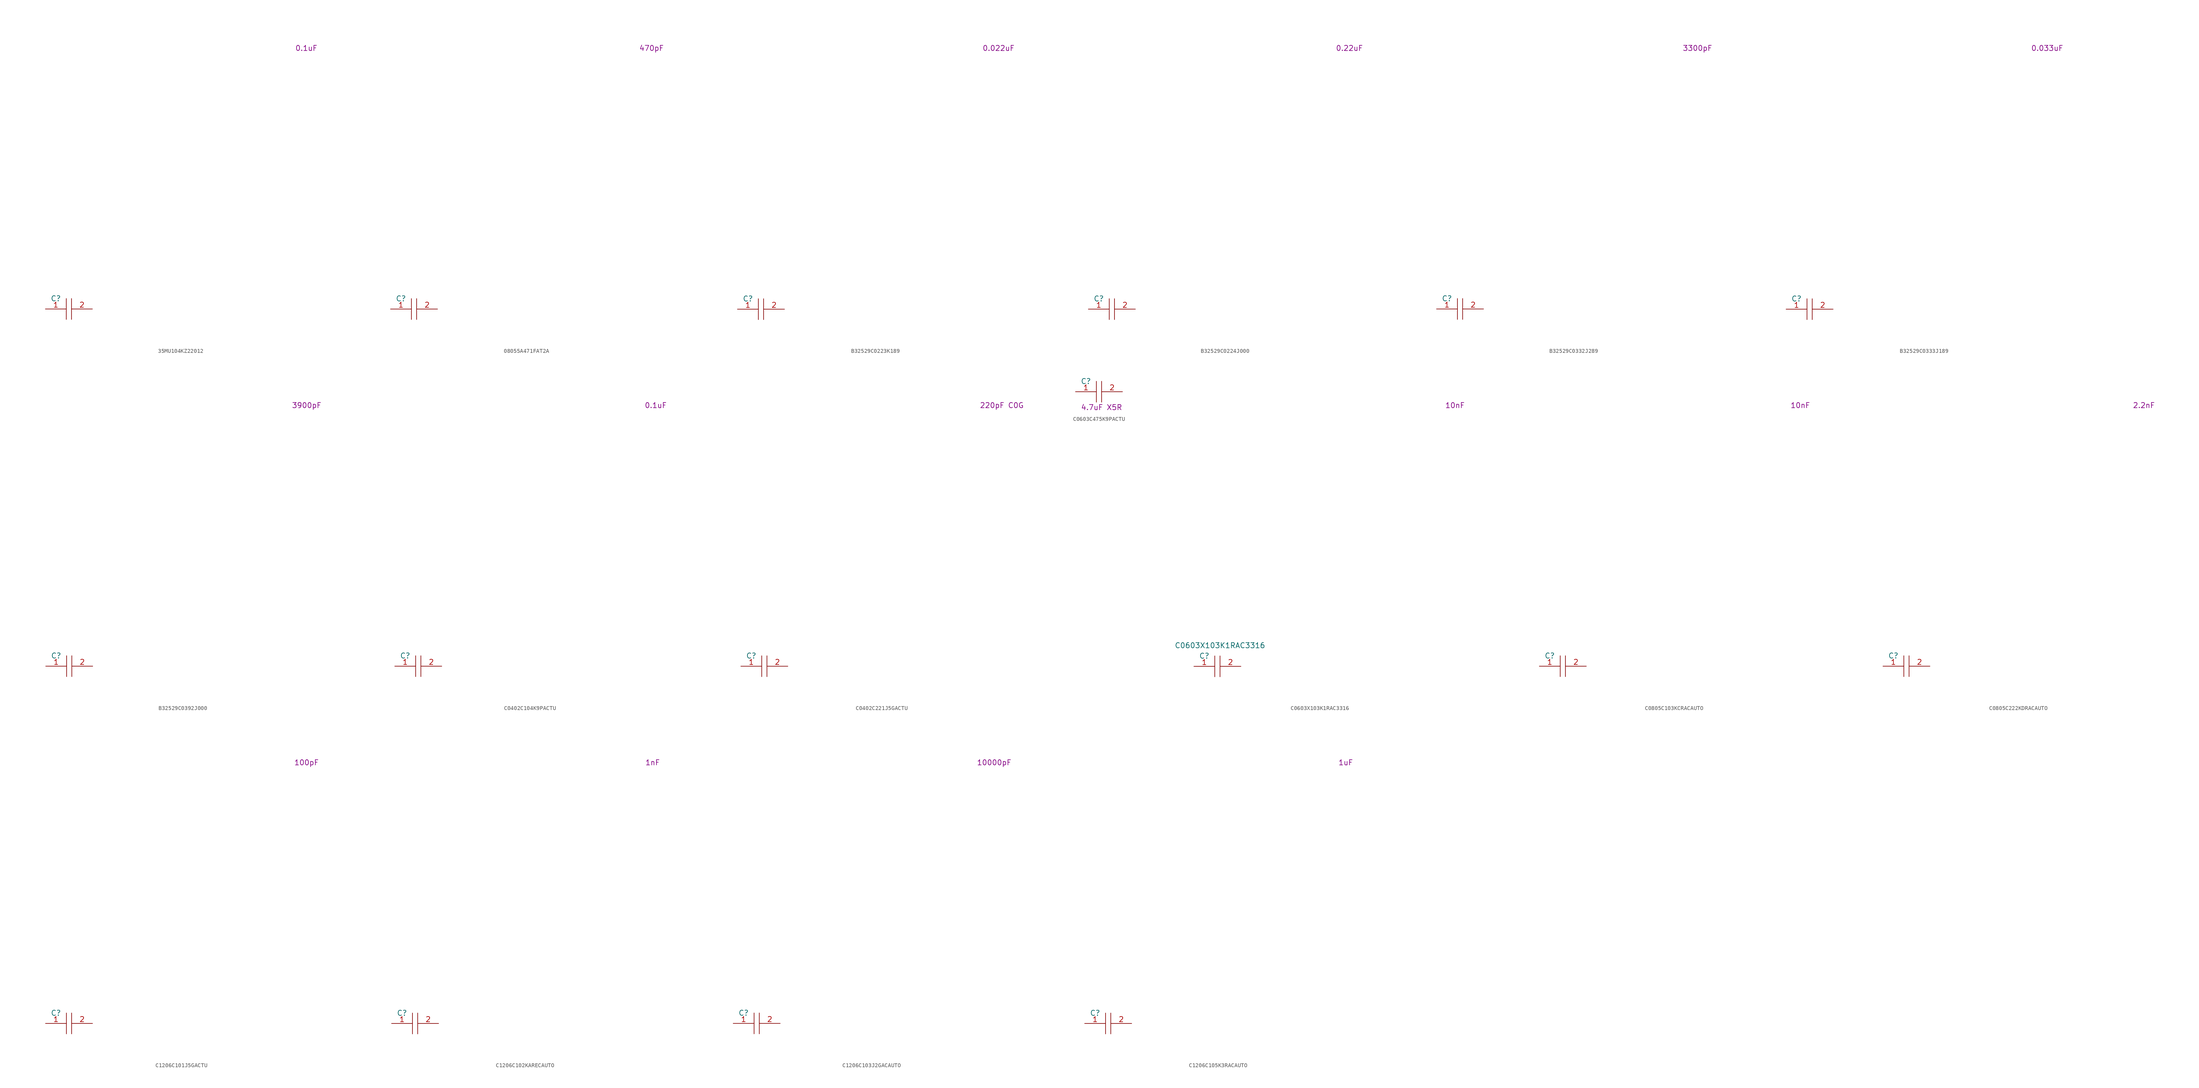
<source format=kicad_sym>
(kicad_symbol_lib
  (version 20241209)
  (generator "kicad_symbol_editor")
  (generator_version "9.0")
  (symbol "35MU104KZ22012"
    (pin_names
      (offset 1.016))
    (property "Reference" "C"
      (at -2.54 2.54 0)
      (effects (font (size 1.27 1.27))))
    (property "_Value_" "0.1uF"
      (at 58.42 63.5 0)
      (effects (font (size 1.27 1.27))))
    (symbol "35MU104KZ22012_1_1"
      (polyline (pts (xy 0 2.54) (xy 0 -2.54)) (stroke (width 0) (type solid)) (fill (type none)))
      (polyline (pts (xy 1.27 2.54) (xy 1.27 -2.54)) (stroke (width 0) (type solid)) (fill (type none)))
      (pin input line (at -5.08 0 0) (length 5.08) (name "~" (effects (font (size 1.27 1.27)))) (number "1" (effects (font (size 1.27 1.27)))))
      (pin input line (at 6.35 0 180) (length 5.08) (name "~" (effects (font (size 1.27 1.27)))) (number "2" (effects (font (size 1.27 1.27)))))))
  (symbol "08055A471FAT2A"
    (pin_names
      (offset 1.016))
    (property "Reference" "C"
      (at -2.54 2.54 0)
      (effects (font (size 1.27 1.27))))
    (property "_Value_" "470pF"
      (at 58.42 63.5 0)
      (effects (font (size 1.27 1.27))))
    (symbol "08055A471FAT2A_1_1"
      (polyline (pts (xy 0 2.54) (xy 0 -2.54)) (stroke (width 0) (type solid)) (fill (type none)))
      (polyline (pts (xy 1.27 2.54) (xy 1.27 -2.54)) (stroke (width 0) (type solid)) (fill (type none)))
      (pin input line (at -5.08 0 0) (length 5.08) (name "~" (effects (font (size 1.27 1.27)))) (number "1" (effects (font (size 1.27 1.27)))))
      (pin input line (at 6.35 0 180) (length 5.08) (name "~" (effects (font (size 1.27 1.27)))) (number "2" (effects (font (size 1.27 1.27)))))))
  (symbol "B32529C0223K189"
    (pin_names
      (offset 1.016))
    (property "Reference" "C"
      (at -2.54 2.54 0)
      (effects (font (size 1.27 1.27))))
    (property "_Value_" "0.022uF"
      (at 58.42 63.5 0)
      (effects (font (size 1.27 1.27))))
    (symbol "B32529C0223K189_1_1"
      (polyline (pts (xy 0 2.54) (xy 0 -2.54)) (stroke (width 0) (type solid)) (fill (type none)))
      (polyline (pts (xy 1.27 2.54) (xy 1.27 -2.54)) (stroke (width 0) (type solid)) (fill (type none)))
      (pin input line (at -5.08 0 0) (length 5.08) (name "~" (effects (font (size 1.27 1.27)))) (number "1" (effects (font (size 1.27 1.27)))))
      (pin input line (at 6.35 0 180) (length 5.08) (name "~" (effects (font (size 1.27 1.27)))) (number "2" (effects (font (size 1.27 1.27)))))))
  (symbol "B32529C0224J000"
    (pin_names
      (offset 1.016))
    (property "Reference" "C"
      (at -2.54 2.54 0)
      (effects (font (size 1.27 1.27))))
    (property "_Value_" "0.22uF"
      (at 58.42 63.5 0)
      (effects (font (size 1.27 1.27))))
    (symbol "B32529C0224J000_1_1"
      (polyline (pts (xy 0 2.54) (xy 0 -2.54)) (stroke (width 0) (type solid)) (fill (type none)))
      (polyline (pts (xy 1.27 2.54) (xy 1.27 -2.54)) (stroke (width 0) (type solid)) (fill (type none)))
      (pin input line (at -5.08 0 0) (length 5.08) (name "~" (effects (font (size 1.27 1.27)))) (number "1" (effects (font (size 1.27 1.27)))))
      (pin input line (at 6.35 0 180) (length 5.08) (name "~" (effects (font (size 1.27 1.27)))) (number "2" (effects (font (size 1.27 1.27)))))))
  (symbol "B32529C0332J289"
    (pin_names
      (offset 1.016))
    (property "Reference" "C"
      (at -2.54 2.54 0)
      (effects (font (size 1.27 1.27))))
    (property "_Value_" "3300pF"
      (at 58.42 63.5 0)
      (effects (font (size 1.27 1.27))))
    (symbol "B32529C0332J289_1_1"
      (polyline (pts (xy 0 2.54) (xy 0 -2.54)) (stroke (width 0) (type solid)) (fill (type none)))
      (polyline (pts (xy 1.27 2.54) (xy 1.27 -2.54)) (stroke (width 0) (type solid)) (fill (type none)))
      (pin input line (at -5.08 0 0) (length 5.08) (name "~" (effects (font (size 1.27 1.27)))) (number "1" (effects (font (size 1.27 1.27)))))
      (pin input line (at 6.35 0 180) (length 5.08) (name "~" (effects (font (size 1.27 1.27)))) (number "2" (effects (font (size 1.27 1.27)))))))
  (symbol "B32529C0333J189"
    (pin_names
      (offset 1.016))
    (property "Reference" "C"
      (at -2.54 2.54 0)
      (effects (font (size 1.27 1.27))))
    (property "_Value_" "0.033uF"
      (at 58.42 63.5 0)
      (effects (font (size 1.27 1.27))))
    (symbol "B32529C0333J189_1_1"
      (polyline (pts (xy 0 2.54) (xy 0 -2.54)) (stroke (width 0) (type solid)) (fill (type none)))
      (polyline (pts (xy 1.27 2.54) (xy 1.27 -2.54)) (stroke (width 0) (type solid)) (fill (type none)))
      (pin input line (at -5.08 0 0) (length 5.08) (name "~" (effects (font (size 1.27 1.27)))) (number "1" (effects (font (size 1.27 1.27)))))
      (pin input line (at 6.35 0 180) (length 5.08) (name "~" (effects (font (size 1.27 1.27)))) (number "2" (effects (font (size 1.27 1.27)))))))
  (symbol "B32529C0392J000"
    (pin_names
      (offset 1.016))
    (property "Reference" "C"
      (at -2.54 2.54 0)
      (effects (font (size 1.27 1.27))))
    (property "_Value_" "3900pF"
      (at 58.42 63.5 0)
      (effects (font (size 1.27 1.27))))
    (symbol "B32529C0392J000_1_1"
      (polyline (pts (xy 0 2.54) (xy 0 -2.54)) (stroke (width 0) (type solid)) (fill (type none)))
      (polyline (pts (xy 1.27 2.54) (xy 1.27 -2.54)) (stroke (width 0) (type solid)) (fill (type none)))
      (pin input line (at -5.08 0 0) (length 5.08) (name "~" (effects (font (size 1.27 1.27)))) (number "1" (effects (font (size 1.27 1.27)))))
      (pin input line (at 6.35 0 180) (length 5.08) (name "~" (effects (font (size 1.27 1.27)))) (number "2" (effects (font (size 1.27 1.27)))))))
  (symbol "C0402C104K9PACTU"
    (pin_names
      (offset 1.016))
    (property "Reference" "C"
      (at -2.54 2.54 0)
      (effects (font (size 1.27 1.27))))
    (property "_Value_" "0.1uF"
      (at 58.42 63.5 0)
      (effects (font (size 1.27 1.27))))
    (symbol "C0402C104K9PACTU_1_1"
      (polyline (pts (xy 0 2.54) (xy 0 -2.54)) (stroke (width 0) (type solid)) (fill (type none)))
      (polyline (pts (xy 1.27 2.54) (xy 1.27 -2.54)) (stroke (width 0) (type solid)) (fill (type none)))
      (pin input line (at -5.08 0 0) (length 5.08) (name "~" (effects (font (size 1.27 1.27)))) (number "1" (effects (font (size 1.27 1.27)))))
      (pin input line (at 6.35 0 180) (length 5.08) (name "~" (effects (font (size 1.27 1.27)))) (number "2" (effects (font (size 1.27 1.27)))))))
  (symbol "C0402C221J5GACTU"
    (pin_names
      (offset 1.016))
    (property "Reference" "C"
      (at -2.54 2.54 0)
      (effects (font (size 1.27 1.27))))
    (property "_Value_" "220pF C0G"
      (at 58.42 63.5 0)
      (effects (font (size 1.27 1.27))))
    (symbol "C0402C221J5GACTU_1_1"
      (polyline (pts (xy 0 2.54) (xy 0 -2.54)) (stroke (width 0) (type solid)) (fill (type none)))
      (polyline (pts (xy 1.27 2.54) (xy 1.27 -2.54)) (stroke (width 0) (type solid)) (fill (type none)))
      (pin input line (at -5.08 0 0) (length 5.08) (name "~" (effects (font (size 1.27 1.27)))) (number "1" (effects (font (size 1.27 1.27)))))
      (pin input line (at 6.35 0 180) (length 5.08) (name "~" (effects (font (size 1.27 1.27)))) (number "2" (effects (font (size 1.27 1.27)))))))
  (symbol "C0603C475K9PACTU"
    (pin_names
      (offset 1.016))
    (property "Reference" "C"
      (at -2.54 2.54 0)
      (effects (font (size 1.27 1.27))))
    (property "_Value_" "4.7uF X5R"
      (at 1.27 -3.81 0)
      (effects (font (size 1.27 1.27))))
    (symbol "C0603C475K9PACTU_1_1"
      (polyline (pts (xy 0 2.54) (xy 0 -2.54)) (stroke (width 0) (type solid)) (fill (type none)))
      (polyline (pts (xy 1.27 2.54) (xy 1.27 -2.54)) (stroke (width 0) (type solid)) (fill (type none)))
      (pin input line (at -5.08 0 0) (length 5.08) (name "~" (effects (font (size 1.27 1.27)))) (number "1" (effects (font (size 1.27 1.27)))))
      (pin input line (at 6.35 0 180) (length 5.08) (name "~" (effects (font (size 1.27 1.27)))) (number "2" (effects (font (size 1.27 1.27)))))))
  (symbol "C0603X103K1RAC3316"
    (pin_names
      (offset 1.016))
    (property "Reference" "C"
      (at -2.54 2.54 0)
      (effects (font (size 1.27 1.27))))
    (property "Value" "C0603X103K1RAC3316"
      (at 1.27 5.08 0)
      (effects (font (size 1.27 1.27))))
    (property "_Value_" "10nF"
      (at 58.42 63.5 0)
      (effects (font (size 1.27 1.27))))
    (symbol "C0603X103K1RAC3316_1_1"
      (polyline (pts (xy 0 2.54) (xy 0 -2.54)) (stroke (width 0) (type solid)) (fill (type none)))
      (polyline (pts (xy 1.27 2.54) (xy 1.27 -2.54)) (stroke (width 0) (type solid)) (fill (type none)))
      (pin input line (at -5.08 0 0) (length 5.08) (name "~" (effects (font (size 1.27 1.27)))) (number "1" (effects (font (size 1.27 1.27)))))
      (pin input line (at 6.35 0 180) (length 5.08) (name "~" (effects (font (size 1.27 1.27)))) (number "2" (effects (font (size 1.27 1.27)))))))
  (symbol "C0805C103KCRACAUTO"
    (pin_names
      (offset 1.016))
    (property "Reference" "C"
      (at -2.54 2.54 0)
      (effects (font (size 1.27 1.27))))
    (property "_Value_" "10nF"
      (at 58.42 63.5 0)
      (effects (font (size 1.27 1.27))))
    (symbol "C0805C103KCRACAUTO_1_1"
      (polyline (pts (xy 0 2.54) (xy 0 -2.54)) (stroke (width 0) (type solid)) (fill (type none)))
      (polyline (pts (xy 1.27 2.54) (xy 1.27 -2.54)) (stroke (width 0) (type solid)) (fill (type none)))
      (pin input line (at -5.08 0 0) (length 5.08) (name "~" (effects (font (size 1.27 1.27)))) (number "1" (effects (font (size 1.27 1.27)))))
      (pin input line (at 6.35 0 180) (length 5.08) (name "~" (effects (font (size 1.27 1.27)))) (number "2" (effects (font (size 1.27 1.27)))))))
  (symbol "C0805C222KDRACAUTO"
    (pin_names
      (offset 1.016))
    (property "Reference" "C"
      (at -2.54 2.54 0)
      (effects (font (size 1.27 1.27))))
    (property "_Value_" "2.2nF"
      (at 58.42 63.5 0)
      (effects (font (size 1.27 1.27))))
    (symbol "C0805C222KDRACAUTO_1_1"
      (polyline (pts (xy 0 2.54) (xy 0 -2.54)) (stroke (width 0) (type solid)) (fill (type none)))
      (polyline (pts (xy 1.27 2.54) (xy 1.27 -2.54)) (stroke (width 0) (type solid)) (fill (type none)))
      (pin input line (at -5.08 0 0) (length 5.08) (name "~" (effects (font (size 1.27 1.27)))) (number "1" (effects (font (size 1.27 1.27)))))
      (pin input line (at 6.35 0 180) (length 5.08) (name "~" (effects (font (size 1.27 1.27)))) (number "2" (effects (font (size 1.27 1.27)))))))
  (symbol "C1206C101J5GACTU"
    (pin_names
      (offset 1.016))
    (property "Reference" "C"
      (at -2.54 2.54 0)
      (effects (font (size 1.27 1.27))))
    (property "_Value_" "100pF"
      (at 58.42 63.5 0)
      (effects (font (size 1.27 1.27))))
    (symbol "C1206C101J5GACTU_1_1"
      (polyline (pts (xy 0 2.54) (xy 0 -2.54)) (stroke (width 0) (type solid)) (fill (type none)))
      (polyline (pts (xy 1.27 2.54) (xy 1.27 -2.54)) (stroke (width 0) (type solid)) (fill (type none)))
      (pin input line (at -5.08 0 0) (length 5.08) (name "~" (effects (font (size 1.27 1.27)))) (number "1" (effects (font (size 1.27 1.27)))))
      (pin input line (at 6.35 0 180) (length 5.08) (name "~" (effects (font (size 1.27 1.27)))) (number "2" (effects (font (size 1.27 1.27)))))))
  (symbol "C1206C102KARECAUTO"
    (pin_names
      (offset 1.016))
    (property "Reference" "C"
      (at -2.54 2.54 0)
      (effects (font (size 1.27 1.27))))
    (property "_Value_" "1nF"
      (at 58.42 63.5 0)
      (effects (font (size 1.27 1.27))))
    (symbol "C1206C102KARECAUTO_1_1"
      (polyline (pts (xy 0 2.54) (xy 0 -2.54)) (stroke (width 0) (type solid)) (fill (type none)))
      (polyline (pts (xy 1.27 2.54) (xy 1.27 -2.54)) (stroke (width 0) (type solid)) (fill (type none)))
      (pin input line (at -5.08 0 0) (length 5.08) (name "~" (effects (font (size 1.27 1.27)))) (number "1" (effects (font (size 1.27 1.27)))))
      (pin input line (at 6.35 0 180) (length 5.08) (name "~" (effects (font (size 1.27 1.27)))) (number "2" (effects (font (size 1.27 1.27)))))))
  (symbol "C1206C103J2GACAUTO"
    (pin_names
      (offset 1.016))
    (property "Reference" "C"
      (at -2.54 2.54 0)
      (effects (font (size 1.27 1.27))))
    (property "_Value_" "10000pF"
      (at 58.42 63.5 0)
      (effects (font (size 1.27 1.27))))
    (symbol "C1206C103J2GACAUTO_1_1"
      (polyline (pts (xy 0 2.54) (xy 0 -2.54)) (stroke (width 0) (type solid)) (fill (type none)))
      (polyline (pts (xy 1.27 2.54) (xy 1.27 -2.54)) (stroke (width 0) (type solid)) (fill (type none)))
      (pin input line (at -5.08 0 0) (length 5.08) (name "~" (effects (font (size 1.27 1.27)))) (number "1" (effects (font (size 1.27 1.27)))))
      (pin input line (at 6.35 0 180) (length 5.08) (name "~" (effects (font (size 1.27 1.27)))) (number "2" (effects (font (size 1.27 1.27)))))))
  (symbol "C1206C105K3RACAUTO"
    (pin_names
      (offset 1.016))
    (property "Reference" "C"
      (at -2.54 2.54 0)
      (effects (font (size 1.27 1.27))))
    (property "_Value_" "1uF"
      (at 58.42 63.5 0)
      (effects (font (size 1.27 1.27))))
    (symbol "C1206C105K3RACAUTO_1_1"
      (polyline (pts (xy 0 2.54) (xy 0 -2.54)) (stroke (width 0) (type solid)) (fill (type none)))
      (polyline (pts (xy 1.27 2.54) (xy 1.27 -2.54)) (stroke (width 0) (type solid)) (fill (type none)))
      (pin input line (at -5.08 0 0) (length 5.08) (name "~" (effects (font (size 1.27 1.27)))) (number "1" (effects (font (size 1.27 1.27)))))
      (pin input line (at 6.35 0 180) (length 5.08) (name "~" (effects (font (size 1.27 1.27)))) (number "2" (effects (font (size 1.27 1.27))))))))
</source>
